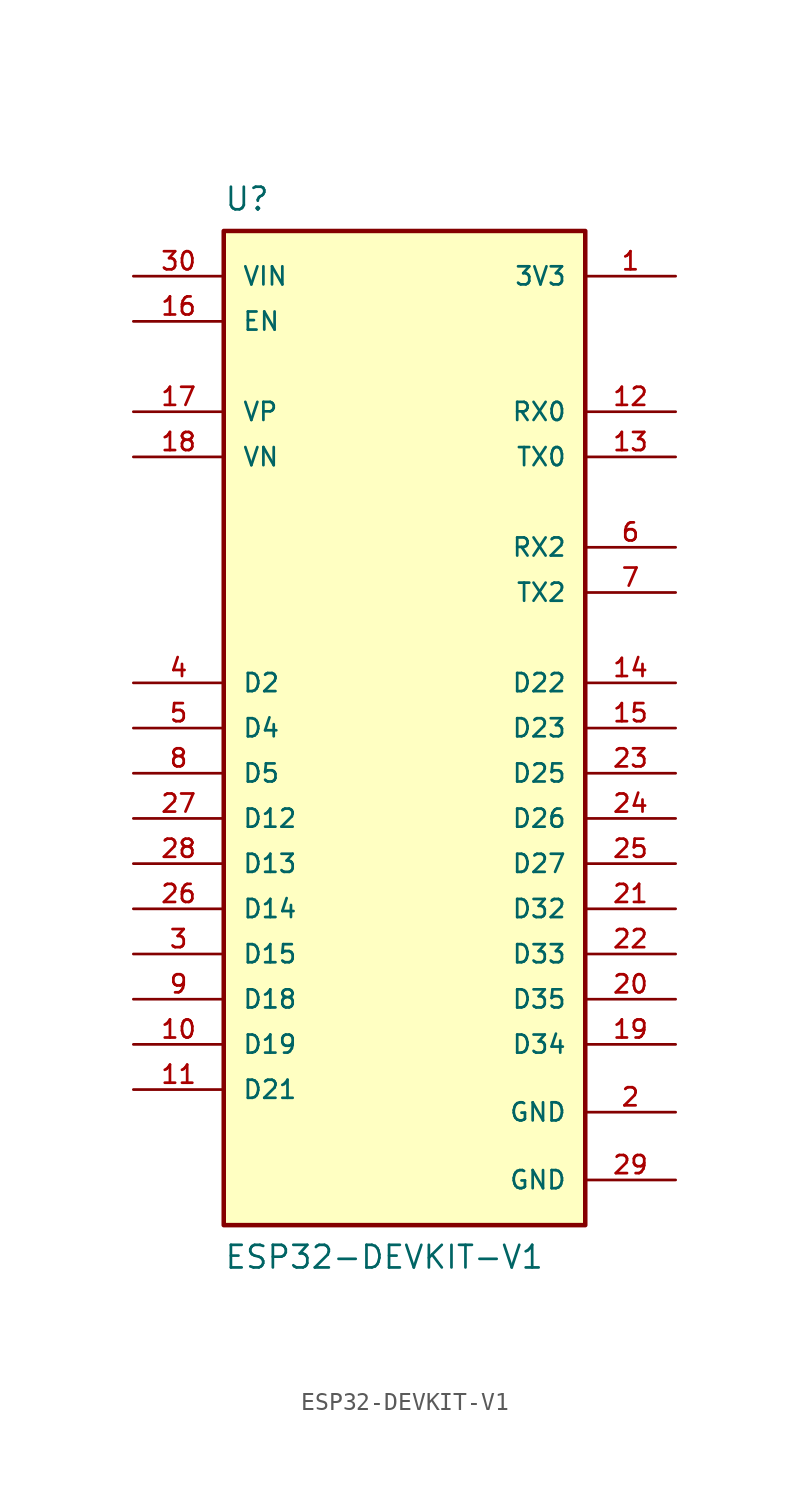
<source format=kicad_sym>
(kicad_symbol_lib
  (version 20231120)
  (generator "kicad_symbol_editor")
  (generator_version "8.0")
  (symbol "ESP32-DEVKIT-V1"
    (pin_names
      (offset 1.016))
    (property "Reference" "U"
      (at -10.16 30.48 0)
      (effects (font (size 1.27 1.27)) (justify left top)))
    (property "Value" "ESP32-DEVKIT-V1"
      (at -10.16 -30.48 0)
      (effects (font (size 1.27 1.27)) (justify left bottom)))
    (symbol "ESP32-DEVKIT-V1_0_0"
      (rectangle (start -10.16 -27.94) (end 10.16 27.94) (stroke (width 0.254) (type default)) (fill (type background)))
      (pin bidirectional line (at -15.24 -17.78 0) (length 5.08) (name "D19" (effects (font (size 1.016 1.016)))) (number "10" (effects (font (size 1.016 1.016)))))
      (pin bidirectional line (at -15.24 -20.32 0) (length 5.08) (name "D21" (effects (font (size 1.016 1.016)))) (number "11" (effects (font (size 1.016 1.016)))))
      (pin input line (at 15.24 17.78 180) (length 5.08) (name "RX0" (effects (font (size 1.016 1.016)))) (number "12" (effects (font (size 1.016 1.016)))))
      (pin output line (at 15.24 15.24 180) (length 5.08) (name "TX0" (effects (font (size 1.016 1.016)))) (number "13" (effects (font (size 1.016 1.016)))))
      (pin bidirectional line (at 15.24 2.54 180) (length 5.08) (name "D22" (effects (font (size 1.016 1.016)))) (number "14" (effects (font (size 1.016 1.016)))))
      (pin bidirectional line (at 15.24 0 180) (length 5.08) (name "D23" (effects (font (size 1.016 1.016)))) (number "15" (effects (font (size 1.016 1.016)))))
      (pin input line (at -15.24 22.86 0) (length 5.08) (name "EN" (effects (font (size 1.016 1.016)))) (number "16" (effects (font (size 1.016 1.016)))))
      (pin bidirectional line (at -15.24 17.78 0) (length 5.08) (name "VP" (effects (font (size 1.016 1.016)))) (number "17" (effects (font (size 1.016 1.016)))))
      (pin bidirectional line (at -15.24 15.24 0) (length 5.08) (name "VN" (effects (font (size 1.016 1.016)))) (number "18" (effects (font (size 1.016 1.016)))))
      (pin bidirectional line (at 15.24 -17.78 180) (length 5.08) (name "D34" (effects (font (size 1.016 1.016)))) (number "19" (effects (font (size 1.016 1.016)))))
      (pin power_in line (at 15.24 -21.59 180) (length 5.08) (name "GND" (effects (font (size 1.016 1.016)))) (number "2" (effects (font (size 1.016 1.016)))))
      (pin bidirectional line (at 15.24 -15.24 180) (length 5.08) (name "D35" (effects (font (size 1.016 1.016)))) (number "20" (effects (font (size 1.016 1.016)))))
      (pin bidirectional line (at 15.24 -10.16 180) (length 5.08) (name "D32" (effects (font (size 1.016 1.016)))) (number "21" (effects (font (size 1.016 1.016)))))
      (pin bidirectional line (at 15.24 -12.7 180) (length 5.08) (name "D33" (effects (font (size 1.016 1.016)))) (number "22" (effects (font (size 1.016 1.016)))))
      (pin bidirectional line (at 15.24 -2.54 180) (length 5.08) (name "D25" (effects (font (size 1.016 1.016)))) (number "23" (effects (font (size 1.016 1.016)))))
      (pin bidirectional line (at 15.24 -5.08 180) (length 5.08) (name "D26" (effects (font (size 1.016 1.016)))) (number "24" (effects (font (size 1.016 1.016)))))
      (pin bidirectional line (at 15.24 -7.62 180) (length 5.08) (name "D27" (effects (font (size 1.016 1.016)))) (number "25" (effects (font (size 1.016 1.016)))))
      (pin bidirectional line (at -15.24 -10.16 0) (length 5.08) (name "D14" (effects (font (size 1.016 1.016)))) (number "26" (effects (font (size 1.016 1.016)))))
      (pin bidirectional line (at -15.24 -5.08 0) (length 5.08) (name "D12" (effects (font (size 1.016 1.016)))) (number "27" (effects (font (size 1.016 1.016)))))
      (pin bidirectional line (at -15.24 -7.62 0) (length 5.08) (name "D13" (effects (font (size 1.016 1.016)))) (number "28" (effects (font (size 1.016 1.016)))))
      (pin power_in line (at 15.24 -25.4 180) (length 5.08) (name "GND" (effects (font (size 1.016 1.016)))) (number "29" (effects (font (size 1.016 1.016)))))
      (pin bidirectional line (at -15.24 -12.7 0) (length 5.08) (name "D15" (effects (font (size 1.016 1.016)))) (number "3" (effects (font (size 1.016 1.016)))))
      (pin input line (at -15.24 25.4 0) (length 5.08) (name "VIN" (effects (font (size 1.016 1.016)))) (number "30" (effects (font (size 1.016 1.016)))))
      (pin bidirectional line (at -15.24 2.54 0) (length 5.08) (name "D2" (effects (font (size 1.016 1.016)))) (number "4" (effects (font (size 1.016 1.016)))))
      (pin bidirectional line (at -15.24 0 0) (length 5.08) (name "D4" (effects (font (size 1.016 1.016)))) (number "5" (effects (font (size 1.016 1.016)))))
      (pin input line (at 15.24 10.16 180) (length 5.08) (name "RX2" (effects (font (size 1.016 1.016)))) (number "6" (effects (font (size 1.016 1.016)))))
      (pin output line (at 15.24 7.62 180) (length 5.08) (name "TX2" (effects (font (size 1.016 1.016)))) (number "7" (effects (font (size 1.016 1.016)))))
      (pin bidirectional line (at -15.24 -2.54 0) (length 5.08) (name "D5" (effects (font (size 1.016 1.016)))) (number "8" (effects (font (size 1.016 1.016)))))
      (pin bidirectional line (at -15.24 -15.24 0) (length 5.08) (name "D18" (effects (font (size 1.016 1.016)))) (number "9" (effects (font (size 1.016 1.016))))))
    (symbol "ESP32-DEVKIT-V1_1_0"
      (pin free line (at 15.24 25.4 180) (length 5.08) (name "3V3" (effects (font (size 1.016 1.016)))) (number "1" (effects (font (size 1.016 1.016))))))))
</source>
